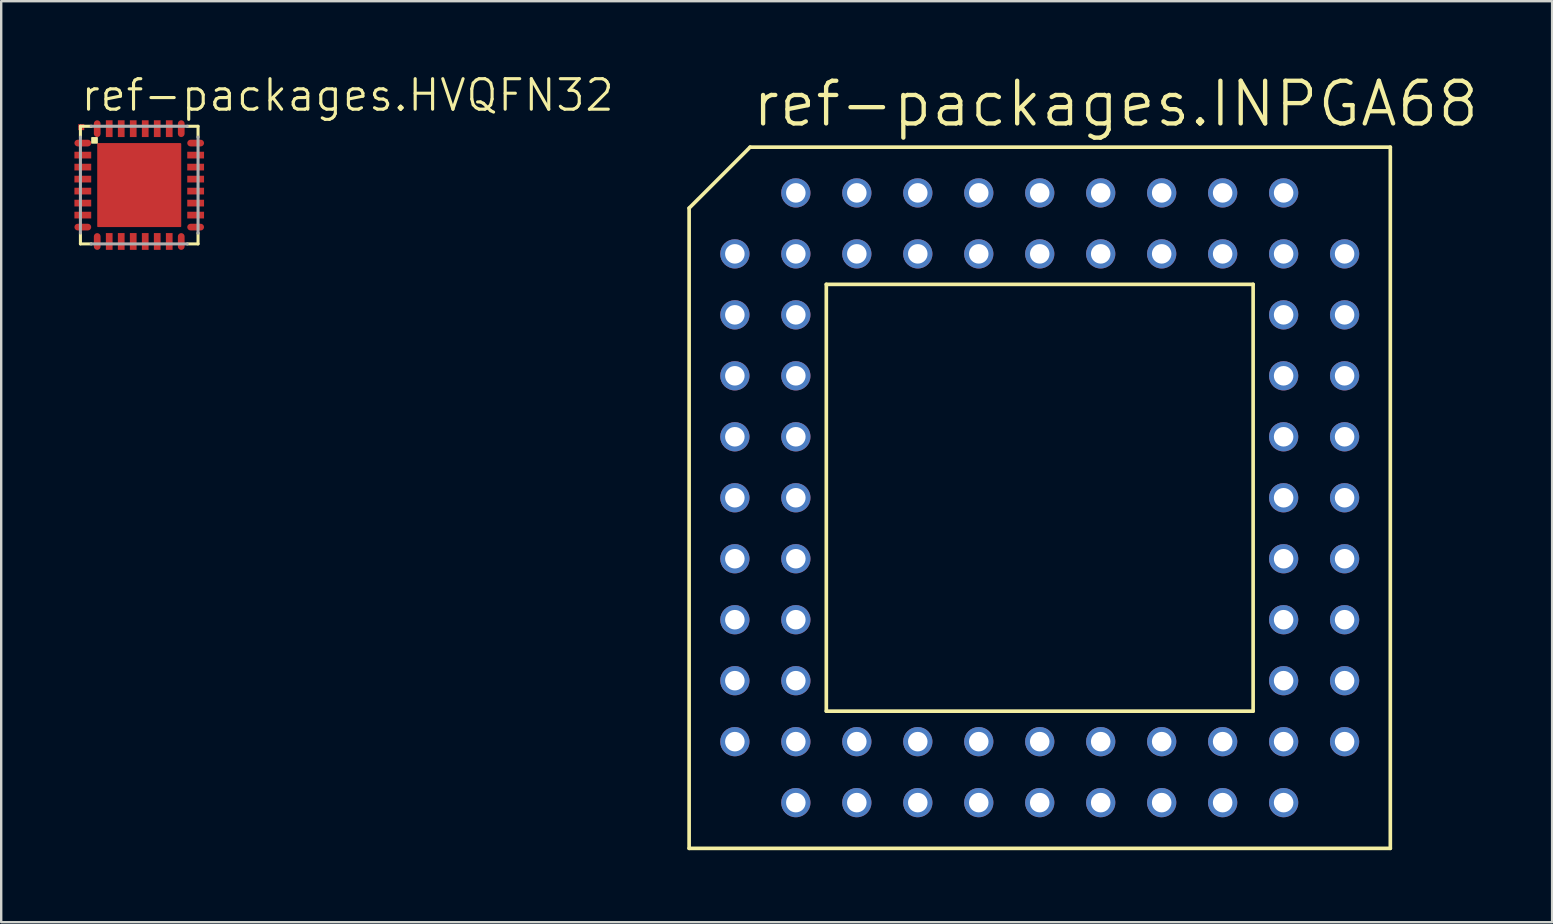
<source format=kicad_pcb>
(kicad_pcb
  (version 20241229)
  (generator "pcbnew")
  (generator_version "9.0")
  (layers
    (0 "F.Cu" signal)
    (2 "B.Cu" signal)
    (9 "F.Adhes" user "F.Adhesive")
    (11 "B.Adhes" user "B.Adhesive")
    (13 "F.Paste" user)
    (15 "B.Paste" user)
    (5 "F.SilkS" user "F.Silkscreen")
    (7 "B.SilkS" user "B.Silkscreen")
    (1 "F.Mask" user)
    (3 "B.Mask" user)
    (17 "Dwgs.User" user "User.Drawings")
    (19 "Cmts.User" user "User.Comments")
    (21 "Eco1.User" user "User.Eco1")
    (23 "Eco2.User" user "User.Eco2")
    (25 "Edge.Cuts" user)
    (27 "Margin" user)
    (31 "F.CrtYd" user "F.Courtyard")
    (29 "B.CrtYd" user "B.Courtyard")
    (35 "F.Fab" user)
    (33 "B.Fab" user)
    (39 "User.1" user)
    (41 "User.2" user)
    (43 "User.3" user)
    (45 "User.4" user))
  (footprint "ref-packages.INPGA68"
    (layer "F.Cu")
    (at 40.262 17.685)
    (property "Reference" "ref-packages.INPGA68" (at -12.065 -15.367 0) (layer "F.SilkS") (effects (font (size 1.778 1.778) (thickness 0.18)) (justify left bottom)))
    (attr through_hole)
    (fp_line (start -14.605 -12.065) (end -12.065 -14.605) (stroke (width 0.152) (type default)) (layer "F.SilkS"))
    (fp_line (start -14.605 14.605) (end -14.605 -12.065) (stroke (width 0.152) (type default)) (layer "F.SilkS"))
    (fp_line (start -12.065 -14.605) (end 14.605 -14.605) (stroke (width 0.152) (type default)) (layer "F.SilkS"))
    (fp_line (start -8.89 8.89) (end -8.89 -8.89) (stroke (width 0.152) (type default)) (layer "F.SilkS"))
    (fp_line (start -8.89 8.89) (end 8.89 8.89) (stroke (width 0.152) (type default)) (layer "F.SilkS"))
    (fp_line (start 8.89 -8.89) (end -8.89 -8.89) (stroke (width 0.152) (type default)) (layer "F.SilkS"))
    (fp_line (start 8.89 -8.89) (end 8.89 8.89) (stroke (width 0.152) (type default)) (layer "F.SilkS"))
    (fp_line (start 14.605 -14.605) (end 14.605 14.605) (stroke (width 0.152) (type default)) (layer "F.SilkS"))
    (fp_line (start 14.605 14.605) (end -14.605 14.605) (stroke (width 0.152) (type default)) (layer "F.SilkS"))
    (pad "1" thru_hole circle (at -12.7 -10.16) (size 1.219 1.219) (drill 0.813) (layers "*.Cu" "*.Mask"))
    (pad "2" thru_hole circle (at -10.16 -10.16) (size 1.219 1.219) (drill 0.813) (layers "*.Cu" "*.Mask"))
    (pad "3" thru_hole circle (at -12.7 -7.62) (size 1.219 1.219) (drill 0.813) (layers "*.Cu" "*.Mask"))
    (pad "4" thru_hole circle (at -10.16 -7.62) (size 1.219 1.219) (drill 0.813) (layers "*.Cu" "*.Mask"))
    (pad "5" thru_hole circle (at -12.7 -5.08) (size 1.219 1.219) (drill 0.813) (layers "*.Cu" "*.Mask"))
    (pad "6" thru_hole circle (at -10.16 -5.08) (size 1.219 1.219) (drill 0.813) (layers "*.Cu" "*.Mask"))
    (pad "7" thru_hole circle (at -12.7 -2.54) (size 1.219 1.219) (drill 0.813) (layers "*.Cu" "*.Mask"))
    (pad "8" thru_hole circle (at -10.16 -2.54) (size 1.219 1.219) (drill 0.813) (layers "*.Cu" "*.Mask"))
    (pad "9" thru_hole circle (at -12.7 0) (size 1.219 1.219) (drill 0.813) (layers "*.Cu" "*.Mask"))
    (pad "10" thru_hole circle (at -10.16 0) (size 1.219 1.219) (drill 0.813) (layers "*.Cu" "*.Mask"))
    (pad "11" thru_hole circle (at -12.7 2.54) (size 1.219 1.219) (drill 0.813) (layers "*.Cu" "*.Mask"))
    (pad "12" thru_hole circle (at -10.16 2.54) (size 1.219 1.219) (drill 0.813) (layers "*.Cu" "*.Mask"))
    (pad "13" thru_hole circle (at -12.7 5.08) (size 1.219 1.219) (drill 0.813) (layers "*.Cu" "*.Mask"))
    (pad "14" thru_hole circle (at -10.16 5.08) (size 1.219 1.219) (drill 0.813) (layers "*.Cu" "*.Mask"))
    (pad "15" thru_hole circle (at -12.7 7.62) (size 1.219 1.219) (drill 0.813) (layers "*.Cu" "*.Mask"))
    (pad "16" thru_hole circle (at -10.16 7.62) (size 1.219 1.219) (drill 0.813) (layers "*.Cu" "*.Mask"))
    (pad "17" thru_hole circle (at -12.7 10.16) (size 1.219 1.219) (drill 0.813) (layers "*.Cu" "*.Mask"))
    (pad "18" thru_hole circle (at -10.16 12.7) (size 1.219 1.219) (drill 0.813) (layers "*.Cu" "*.Mask"))
    (pad "19" thru_hole circle (at -10.16 10.16) (size 1.219 1.219) (drill 0.813) (layers "*.Cu" "*.Mask"))
    (pad "20" thru_hole circle (at -7.62 12.7) (size 1.219 1.219) (drill 0.813) (layers "*.Cu" "*.Mask"))
    (pad "21" thru_hole circle (at -7.62 10.16) (size 1.219 1.219) (drill 0.813) (layers "*.Cu" "*.Mask"))
    (pad "22" thru_hole circle (at -5.08 12.7) (size 1.219 1.219) (drill 0.813) (layers "*.Cu" "*.Mask"))
    (pad "23" thru_hole circle (at -5.08 10.16) (size 1.219 1.219) (drill 0.813) (layers "*.Cu" "*.Mask"))
    (pad "24" thru_hole circle (at -2.54 12.7) (size 1.219 1.219) (drill 0.813) (layers "*.Cu" "*.Mask"))
    (pad "25" thru_hole circle (at -2.54 10.16) (size 1.219 1.219) (drill 0.813) (layers "*.Cu" "*.Mask"))
    (pad "26" thru_hole circle (at 0 12.7) (size 1.219 1.219) (drill 0.813) (layers "*.Cu" "*.Mask"))
    (pad "27" thru_hole circle (at 0 10.16) (size 1.219 1.219) (drill 0.813) (layers "*.Cu" "*.Mask"))
    (pad "28" thru_hole circle (at 2.54 12.7) (size 1.219 1.219) (drill 0.813) (layers "*.Cu" "*.Mask"))
    (pad "29" thru_hole circle (at 2.54 10.16) (size 1.219 1.219) (drill 0.813) (layers "*.Cu" "*.Mask"))
    (pad "30" thru_hole circle (at 5.08 12.7) (size 1.219 1.219) (drill 0.813) (layers "*.Cu" "*.Mask"))
    (pad "31" thru_hole circle (at 5.08 10.16) (size 1.219 1.219) (drill 0.813) (layers "*.Cu" "*.Mask"))
    (pad "32" thru_hole circle (at 7.62 12.7) (size 1.219 1.219) (drill 0.813) (layers "*.Cu" "*.Mask"))
    (pad "33" thru_hole circle (at 7.62 10.16) (size 1.219 1.219) (drill 0.813) (layers "*.Cu" "*.Mask"))
    (pad "34" thru_hole circle (at 10.16 12.7) (size 1.219 1.219) (drill 0.813) (layers "*.Cu" "*.Mask"))
    (pad "35" thru_hole circle (at 12.7 10.16) (size 1.219 1.219) (drill 0.813) (layers "*.Cu" "*.Mask"))
    (pad "36" thru_hole circle (at 10.16 10.16) (size 1.219 1.219) (drill 0.813) (layers "*.Cu" "*.Mask"))
    (pad "37" thru_hole circle (at 12.7 7.62) (size 1.219 1.219) (drill 0.813) (layers "*.Cu" "*.Mask"))
    (pad "38" thru_hole circle (at 10.16 7.62) (size 1.219 1.219) (drill 0.813) (layers "*.Cu" "*.Mask"))
    (pad "39" thru_hole circle (at 12.7 5.08) (size 1.219 1.219) (drill 0.813) (layers "*.Cu" "*.Mask"))
    (pad "40" thru_hole circle (at 10.16 5.08) (size 1.219 1.219) (drill 0.813) (layers "*.Cu" "*.Mask"))
    (pad "41" thru_hole circle (at 12.7 2.54) (size 1.219 1.219) (drill 0.813) (layers "*.Cu" "*.Mask"))
    (pad "42" thru_hole circle (at 10.16 2.54) (size 1.219 1.219) (drill 0.813) (layers "*.Cu" "*.Mask"))
    (pad "43" thru_hole circle (at 12.7 0) (size 1.219 1.219) (drill 0.813) (layers "*.Cu" "*.Mask"))
    (pad "44" thru_hole circle (at 10.16 0) (size 1.219 1.219) (drill 0.813) (layers "*.Cu" "*.Mask"))
    (pad "45" thru_hole circle (at 12.7 -2.54) (size 1.219 1.219) (drill 0.813) (layers "*.Cu" "*.Mask"))
    (pad "46" thru_hole circle (at 10.16 -2.54) (size 1.219 1.219) (drill 0.813) (layers "*.Cu" "*.Mask"))
    (pad "47" thru_hole circle (at 12.7 -5.08) (size 1.219 1.219) (drill 0.813) (layers "*.Cu" "*.Mask"))
    (pad "48" thru_hole circle (at 10.16 -5.08) (size 1.219 1.219) (drill 0.813) (layers "*.Cu" "*.Mask"))
    (pad "49" thru_hole circle (at 12.7 -7.62) (size 1.219 1.219) (drill 0.813) (layers "*.Cu" "*.Mask"))
    (pad "50" thru_hole circle (at 10.16 -7.62) (size 1.219 1.219) (drill 0.813) (layers "*.Cu" "*.Mask"))
    (pad "51" thru_hole circle (at 12.7 -10.16) (size 1.219 1.219) (drill 0.813) (layers "*.Cu" "*.Mask"))
    (pad "52" thru_hole circle (at 10.16 -12.7) (size 1.219 1.219) (drill 0.813) (layers "*.Cu" "*.Mask"))
    (pad "53" thru_hole circle (at 10.16 -10.16) (size 1.219 1.219) (drill 0.813) (layers "*.Cu" "*.Mask"))
    (pad "54" thru_hole circle (at 7.62 -12.7) (size 1.219 1.219) (drill 0.813) (layers "*.Cu" "*.Mask"))
    (pad "55" thru_hole circle (at 7.62 -10.16) (size 1.219 1.219) (drill 0.813) (layers "*.Cu" "*.Mask"))
    (pad "56" thru_hole circle (at 5.08 -12.7) (size 1.219 1.219) (drill 0.813) (layers "*.Cu" "*.Mask"))
    (pad "57" thru_hole circle (at 5.08 -10.16) (size 1.219 1.219) (drill 0.813) (layers "*.Cu" "*.Mask"))
    (pad "58" thru_hole circle (at 2.54 -12.7) (size 1.219 1.219) (drill 0.813) (layers "*.Cu" "*.Mask"))
    (pad "59" thru_hole circle (at 2.54 -10.16) (size 1.219 1.219) (drill 0.813) (layers "*.Cu" "*.Mask"))
    (pad "60" thru_hole circle (at 0 -12.7) (size 1.219 1.219) (drill 0.813) (layers "*.Cu" "*.Mask"))
    (pad "61" thru_hole circle (at 0 -10.16) (size 1.219 1.219) (drill 0.813) (layers "*.Cu" "*.Mask"))
    (pad "62" thru_hole circle (at -2.54 -12.7) (size 1.219 1.219) (drill 0.813) (layers "*.Cu" "*.Mask"))
    (pad "63" thru_hole circle (at -2.54 -10.16) (size 1.219 1.219) (drill 0.813) (layers "*.Cu" "*.Mask"))
    (pad "64" thru_hole circle (at -5.08 -12.7) (size 1.219 1.219) (drill 0.813) (layers "*.Cu" "*.Mask"))
    (pad "65" thru_hole circle (at -5.08 -10.16) (size 1.219 1.219) (drill 0.813) (layers "*.Cu" "*.Mask"))
    (pad "66" thru_hole circle (at -7.62 -12.7) (size 1.219 1.219) (drill 0.813) (layers "*.Cu" "*.Mask"))
    (pad "67" thru_hole circle (at -7.62 -10.16) (size 1.219 1.219) (drill 0.813) (layers "*.Cu" "*.Mask"))
    (pad "68" thru_hole circle (at -10.16 -12.7) (size 1.219 1.219) (drill 0.813) (layers "*.Cu" "*.Mask")))
  (footprint "ref-packages.HVQFN32"
    (layer "F.Cu")
    (at 2.75 4.66)
    (property "Reference" "ref-packages.HVQFN32" (at -2.5 -3 0) (layer "F.SilkS") (effects (font (size 1.27 1.27) (thickness 0.13)) (justify left bottom)))
    (attr smd)
    (fp_rect (start -2.725 -1.575) (end -1.975 -1.925) (stroke (width 0.05) (type default)) (fill yes) (layer "F.Mask"))
    (fp_rect (start -2.725 -1.075) (end -1.975 -1.425) (stroke (width 0.05) (type default)) (fill yes) (layer "F.Mask"))
    (fp_rect (start -2.725 -0.575) (end -1.975 -0.925) (stroke (width 0.05) (type default)) (fill yes) (layer "F.Mask"))
    (fp_rect (start -2.725 -0.075) (end -1.975 -0.425) (stroke (width 0.05) (type default)) (fill yes) (layer "F.Mask"))
    (fp_rect (start -2.725 0.425) (end -1.975 0.075) (stroke (width 0.05) (type default)) (fill yes) (layer "F.Mask"))
    (fp_rect (start -2.725 0.925) (end -1.975 0.575) (stroke (width 0.05) (type default)) (fill yes) (layer "F.Mask"))
    (fp_rect (start -2.725 1.425) (end -1.975 1.075) (stroke (width 0.05) (type default)) (fill yes) (layer "F.Mask"))
    (fp_rect (start -2.725 1.925) (end -1.975 1.575) (stroke (width 0.05) (type default)) (fill yes) (layer "F.Mask"))
    (fp_rect (start -1.925 -1.975) (end -1.575 -2.725) (stroke (width 0.05) (type default)) (fill yes) (layer "F.Mask"))
    (fp_rect (start -1.925 2.725) (end -1.575 1.975) (stroke (width 0.05) (type default)) (fill yes) (layer "F.Mask"))
    (fp_rect (start -1.75 1.75) (end 1.75 -1.75) (stroke (width 0.05) (type default)) (fill yes) (layer "F.Mask"))
    (fp_rect (start -1.425 -1.975) (end -1.075 -2.725) (stroke (width 0.05) (type default)) (fill yes) (layer "F.Mask"))
    (fp_rect (start -1.425 2.725) (end -1.075 1.975) (stroke (width 0.05) (type default)) (fill yes) (layer "F.Mask"))
    (fp_rect (start -0.925 -1.975) (end -0.575 -2.725) (stroke (width 0.05) (type default)) (fill yes) (layer "F.Mask"))
    (fp_rect (start -0.925 2.725) (end -0.575 1.975) (stroke (width 0.05) (type default)) (fill yes) (layer "F.Mask"))
    (fp_rect (start -0.425 -1.975) (end -0.075 -2.725) (stroke (width 0.05) (type default)) (fill yes) (layer "F.Mask"))
    (fp_rect (start -0.425 2.725) (end -0.075 1.975) (stroke (width 0.05) (type default)) (fill yes) (layer "F.Mask"))
    (fp_rect (start 0.075 -1.975) (end 0.425 -2.725) (stroke (width 0.05) (type default)) (fill yes) (layer "F.Mask"))
    (fp_rect (start 0.075 2.725) (end 0.425 1.975) (stroke (width 0.05) (type default)) (fill yes) (layer "F.Mask"))
    (fp_rect (start 0.575 -1.975) (end 0.925 -2.725) (stroke (width 0.05) (type default)) (fill yes) (layer "F.Mask"))
    (fp_rect (start 0.575 2.725) (end 0.925 1.975) (stroke (width 0.05) (type default)) (fill yes) (layer "F.Mask"))
    (fp_rect (start 1.075 -1.975) (end 1.425 -2.725) (stroke (width 0.05) (type default)) (fill yes) (layer "F.Mask"))
    (fp_rect (start 1.075 2.725) (end 1.425 1.975) (stroke (width 0.05) (type default)) (fill yes) (layer "F.Mask"))
    (fp_rect (start 1.575 -1.975) (end 1.925 -2.725) (stroke (width 0.05) (type default)) (fill yes) (layer "F.Mask"))
    (fp_rect (start 1.575 2.725) (end 1.925 1.975) (stroke (width 0.05) (type default)) (fill yes) (layer "F.Mask"))
    (fp_rect (start 1.975 -1.575) (end 2.725 -1.925) (stroke (width 0.05) (type default)) (fill yes) (layer "F.Mask"))
    (fp_rect (start 1.975 -1.075) (end 2.725 -1.425) (stroke (width 0.05) (type default)) (fill yes) (layer "F.Mask"))
    (fp_rect (start 1.975 -0.575) (end 2.725 -0.925) (stroke (width 0.05) (type default)) (fill yes) (layer "F.Mask"))
    (fp_rect (start 1.975 -0.075) (end 2.725 -0.425) (stroke (width 0.05) (type default)) (fill yes) (layer "F.Mask"))
    (fp_rect (start 1.975 0.425) (end 2.725 0.075) (stroke (width 0.05) (type default)) (fill yes) (layer "F.Mask"))
    (fp_rect (start 1.975 0.925) (end 2.725 0.575) (stroke (width 0.05) (type default)) (fill yes) (layer "F.Mask"))
    (fp_rect (start 1.975 1.425) (end 2.725 1.075) (stroke (width 0.05) (type default)) (fill yes) (layer "F.Mask"))
    (fp_rect (start 1.975 1.925) (end 2.725 1.575) (stroke (width 0.05) (type default)) (fill yes) (layer "F.Mask"))
    (fp_line (start -2.45 -2.45) (end -2.45 -2) (stroke (width 0.127) (type default)) (layer "F.SilkS"))
    (fp_line (start -2.45 2) (end -2.45 2.45) (stroke (width 0.127) (type default)) (layer "F.SilkS"))
    (fp_line (start -2.45 2.45) (end -2 2.45) (stroke (width 0.127) (type default)) (layer "F.SilkS"))
    (fp_line (start -2 -2.45) (end -2.45 -2.45) (stroke (width 0.127) (type default)) (layer "F.SilkS"))
    (fp_line (start 2 2.45) (end 2.45 2.45) (stroke (width 0.127) (type default)) (layer "F.SilkS"))
    (fp_line (start 2.45 -2.45) (end 2 -2.45) (stroke (width 0.127) (type default)) (layer "F.SilkS"))
    (fp_line (start 2.45 -2) (end 2.45 -2.45) (stroke (width 0.127) (type default)) (layer "F.SilkS"))
    (fp_line (start 2.45 2.45) (end 2.45 2) (stroke (width 0.127) (type default)) (layer "F.SilkS"))
    (fp_rect (start -1.975 -1.75) (end -1.75 -1.975) (stroke (width 0.05) (type default)) (fill yes) (layer "F.SilkS"))
    (fp_line (start -2.45 -2) (end -2.45 2) (stroke (width 0.127) (type default)) (layer "F.Fab"))
    (fp_line (start -2 2.45) (end 2 2.45) (stroke (width 0.127) (type default)) (layer "F.Fab"))
    (fp_line (start 2 -2.45) (end -2 -2.45) (stroke (width 0.127) (type default)) (layer "F.Fab"))
    (fp_line (start 2.45 2) (end 2.45 -2) (stroke (width 0.127) (type default)) (layer "F.Fab"))
    (pad "1" smd roundrect (at -2.35 -1.75) (size 0.7 0.28) (layers "F.Cu" "F.Mask" "F.Paste") (roundrect_rratio 0.5))
    (pad "2" smd roundrect (at -2.35 -1.25) (size 0.7 0.28) (layers "F.Cu" "F.Mask" "F.Paste") (roundrect_rratio 0.01))
    (pad "3" smd roundrect (at -2.35 -0.75) (size 0.7 0.28) (layers "F.Cu" "F.Mask" "F.Paste") (roundrect_rratio 0.01))
    (pad "4" smd roundrect (at -2.35 -0.25) (size 0.7 0.28) (layers "F.Cu" "F.Mask" "F.Paste") (roundrect_rratio 0.01))
    (pad "5" smd roundrect (at -2.35 0.25) (size 0.7 0.28) (layers "F.Cu" "F.Mask" "F.Paste") (roundrect_rratio 0.01))
    (pad "6" smd roundrect (at -2.35 0.75) (size 0.7 0.28) (layers "F.Cu" "F.Mask" "F.Paste") (roundrect_rratio 0.01))
    (pad "7" smd roundrect (at -2.35 1.25) (size 0.7 0.28) (layers "F.Cu" "F.Mask" "F.Paste") (roundrect_rratio 0.01))
    (pad "8" smd roundrect (at -2.35 1.75) (size 0.7 0.28) (layers "F.Cu" "F.Mask" "F.Paste") (roundrect_rratio 0.5))
    (pad "9" smd roundrect (at -1.75 2.35) (size 0.28 0.7) (layers "F.Cu" "F.Mask" "F.Paste") (roundrect_rratio 0.5))
    (pad "10" smd roundrect (at -1.25 2.35) (size 0.28 0.7) (layers "F.Cu" "F.Mask" "F.Paste") (roundrect_rratio 0.01))
    (pad "11" smd roundrect (at -0.75 2.35) (size 0.28 0.7) (layers "F.Cu" "F.Mask" "F.Paste") (roundrect_rratio 0.01))
    (pad "12" smd roundrect (at -0.25 2.35) (size 0.28 0.7) (layers "F.Cu" "F.Mask" "F.Paste") (roundrect_rratio 0.01))
    (pad "13" smd roundrect (at 0.25 2.35) (size 0.28 0.7) (layers "F.Cu" "F.Mask" "F.Paste") (roundrect_rratio 0.01))
    (pad "14" smd roundrect (at 0.75 2.35) (size 0.28 0.7) (layers "F.Cu" "F.Mask" "F.Paste") (roundrect_rratio 0.01))
    (pad "15" smd roundrect (at 1.25 2.35) (size 0.28 0.7) (layers "F.Cu" "F.Mask" "F.Paste") (roundrect_rratio 0.01))
    (pad "16" smd roundrect (at 1.75 2.35) (size 0.28 0.7) (layers "F.Cu" "F.Mask" "F.Paste") (roundrect_rratio 0.5))
    (pad "17" smd roundrect (at 2.35 1.75) (size 0.7 0.28) (layers "F.Cu" "F.Mask" "F.Paste") (roundrect_rratio 0.5))
    (pad "18" smd roundrect (at 2.35 1.25) (size 0.7 0.28) (layers "F.Cu" "F.Mask" "F.Paste") (roundrect_rratio 0.01))
    (pad "19" smd roundrect (at 2.35 0.75) (size 0.7 0.28) (layers "F.Cu" "F.Mask" "F.Paste") (roundrect_rratio 0.01))
    (pad "20" smd roundrect (at 2.35 0.25) (size 0.7 0.28) (layers "F.Cu" "F.Mask" "F.Paste") (roundrect_rratio 0.01))
    (pad "21" smd roundrect (at 2.35 -0.25) (size 0.7 0.28) (layers "F.Cu" "F.Mask" "F.Paste") (roundrect_rratio 0.01))
    (pad "22" smd roundrect (at 2.35 -0.75) (size 0.7 0.28) (layers "F.Cu" "F.Mask" "F.Paste") (roundrect_rratio 0.01))
    (pad "23" smd roundrect (at 2.35 -1.25) (size 0.7 0.28) (layers "F.Cu" "F.Mask" "F.Paste") (roundrect_rratio 0.01))
    (pad "24" smd roundrect (at 2.35 -1.75) (size 0.7 0.28) (layers "F.Cu" "F.Mask" "F.Paste") (roundrect_rratio 0.5))
    (pad "25" smd roundrect (at 1.75 -2.35) (size 0.28 0.7) (layers "F.Cu" "F.Mask" "F.Paste") (roundrect_rratio 0.5))
    (pad "26" smd roundrect (at 1.25 -2.35) (size 0.28 0.7) (layers "F.Cu" "F.Mask" "F.Paste") (roundrect_rratio 0.01))
    (pad "27" smd roundrect (at 0.75 -2.35) (size 0.28 0.7) (layers "F.Cu" "F.Mask" "F.Paste") (roundrect_rratio 0.01))
    (pad "28" smd roundrect (at 0.25 -2.35) (size 0.28 0.7) (layers "F.Cu" "F.Mask" "F.Paste") (roundrect_rratio 0.01))
    (pad "29" smd roundrect (at -0.25 -2.35) (size 0.28 0.7) (layers "F.Cu" "F.Mask" "F.Paste") (roundrect_rratio 0.01))
    (pad "30" smd roundrect (at -0.75 -2.35) (size 0.28 0.7) (layers "F.Cu" "F.Mask" "F.Paste") (roundrect_rratio 0.01))
    (pad "31" smd roundrect (at -1.25 -2.35) (size 0.28 0.7) (layers "F.Cu" "F.Mask" "F.Paste") (roundrect_rratio 0.01))
    (pad "32" smd roundrect (at -1.75 -2.35) (size 0.28 0.7) (layers "F.Cu" "F.Mask" "F.Paste") (roundrect_rratio 0.5))
    (pad "EXP" smd roundrect (at 0 0) (size 3.5 3.5) (layers "F.Cu" "F.Mask" "F.Paste") (roundrect_rratio 0.01))
    (pad "M1" smd roundrect (at -2.415 -2.415) (size 0.25 0.25) (layers "F.Cu" "F.Mask" "F.Paste") (roundrect_rratio 0.01)))
  (gr_rect
    (start -3 -3)
    (end 61.607 35.366)
    (stroke (width 0.1) (type default))
    (fill no)
    (layer "Edge.Cuts")))
</source>
